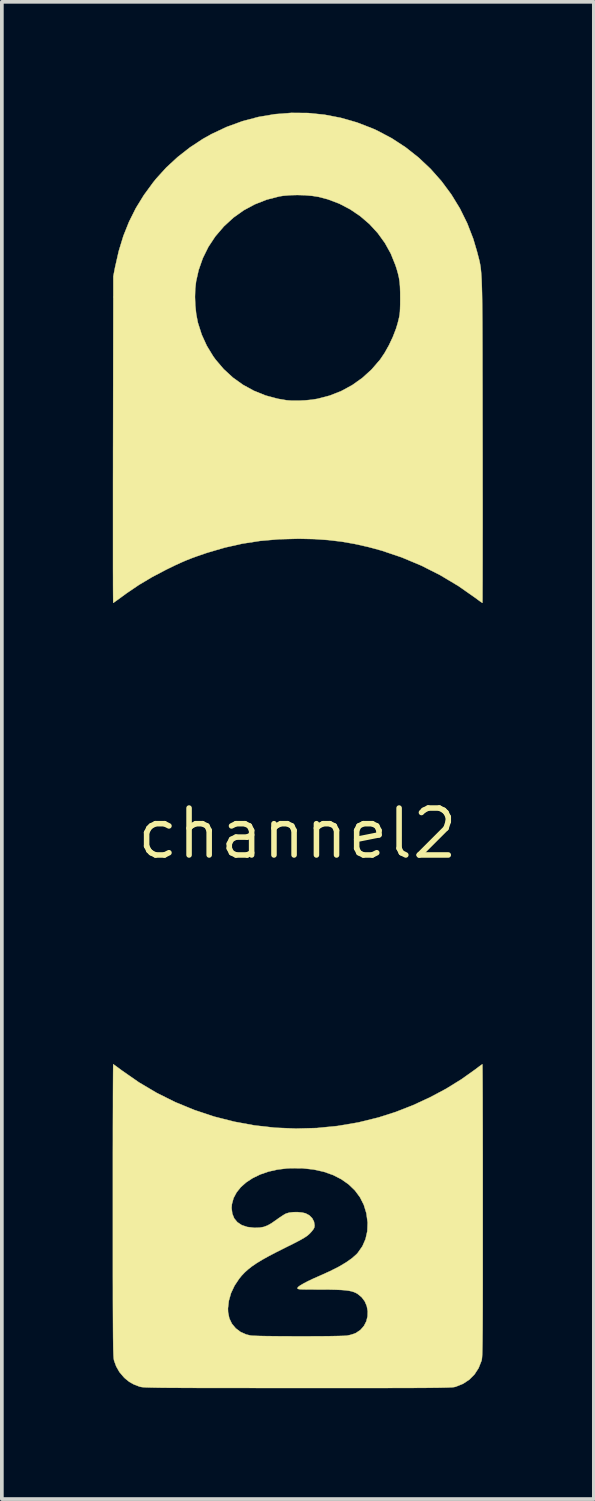
<source format=kicad_pcb>
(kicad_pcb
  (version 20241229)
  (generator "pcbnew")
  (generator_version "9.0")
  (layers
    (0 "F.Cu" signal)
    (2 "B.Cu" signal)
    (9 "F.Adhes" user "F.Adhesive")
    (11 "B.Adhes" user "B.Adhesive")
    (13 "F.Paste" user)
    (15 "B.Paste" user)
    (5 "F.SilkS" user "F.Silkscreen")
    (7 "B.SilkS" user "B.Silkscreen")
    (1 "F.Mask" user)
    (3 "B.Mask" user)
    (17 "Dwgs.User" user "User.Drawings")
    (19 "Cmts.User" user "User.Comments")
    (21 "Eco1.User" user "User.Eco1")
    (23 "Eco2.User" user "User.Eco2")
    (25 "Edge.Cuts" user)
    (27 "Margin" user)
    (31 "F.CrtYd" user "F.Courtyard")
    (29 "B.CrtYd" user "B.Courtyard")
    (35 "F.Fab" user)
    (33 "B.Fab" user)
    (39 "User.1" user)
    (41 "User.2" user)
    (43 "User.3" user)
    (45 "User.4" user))
  (footprint "channel2"
    (layer "F.Cu")
    (at 5 19.51)
    (property "Reference" "channel2" (at 0 0 0) (layer "F.SilkS") (effects (font (size 1.27 1.27) (thickness 0.15))))
    (attr through_hole)
    (fp_poly (pts (xy 0.284 -19.501) (xy 0.731 -19.456) (xy 1.173 -19.371) (xy 1.61 -19.246) (xy 2.037 -19.081) (xy 2.154 -19.028) (xy 2.552 -18.818) (xy 2.927 -18.573) (xy 3.278 -18.296) (xy 3.603 -17.99) (xy 3.899 -17.656) (xy 4.165 -17.297) (xy 4.398 -16.916) (xy 4.596 -16.515) (xy 4.758 -16.097) (xy 4.858 -15.759) (xy 4.875 -15.695) (xy 4.89 -15.637) (xy 4.904 -15.584) (xy 4.917 -15.534) (xy 4.929 -15.484) (xy 4.939 -15.433) (xy 4.949 -15.38) (xy 4.958 -15.321) (xy 4.965 -15.256) (xy 4.972 -15.182) (xy 4.978 -15.099) (xy 4.984 -15.003) (xy 4.988 -14.893) (xy 4.992 -14.767) (xy 4.996 -14.624) (xy 4.999 -14.461) (xy 5.001 -14.277) (xy 5.003 -14.069) (xy 5.005 -13.837) (xy 5.006 -13.578) (xy 5.007 -13.29) (xy 5.008 -12.971) (xy 5.008 -12.62) (xy 5.009 -12.235) (xy 5.01 -11.814) (xy 5.01 -11.355) (xy 5.011 -10.857) (xy 5.011 -10.642) (xy 5.012 -10.213) (xy 5.012 -9.796) (xy 5.012 -9.393) (xy 5.013 -9.005) (xy 5.013 -8.634) (xy 5.013 -8.282) (xy 5.012 -7.952) (xy 5.012 -7.644) (xy 5.012 -7.362) (xy 5.011 -7.107) (xy 5.011 -6.881) (xy 5.01 -6.686) (xy 5.009 -6.524) (xy 5.009 -6.397) (xy 5.008 -6.307) (xy 5.007 -6.256) (xy 5.006 -6.244) (xy 4.985 -6.256) (xy 4.939 -6.288) (xy 4.874 -6.335) (xy 4.831 -6.368) (xy 4.361 -6.697) (xy 3.868 -6.992) (xy 3.355 -7.252) (xy 2.826 -7.474) (xy 2.284 -7.657) (xy 1.916 -7.757) (xy 1.546 -7.84) (xy 1.189 -7.902) (xy 0.831 -7.944) (xy 0.46 -7.97) (xy 0.063 -7.979) (xy 0.011 -7.979) (xy -0.511 -7.965) (xy -1.009 -7.921) (xy -1.493 -7.846) (xy -1.969 -7.739) (xy -2.446 -7.599) (xy -2.529 -7.571) (xy -2.712 -7.508) (xy -2.871 -7.45) (xy -3.017 -7.392) (xy -3.162 -7.329) (xy -3.317 -7.258) (xy -3.495 -7.171) (xy -3.556 -7.141) (xy -3.936 -6.941) (xy -4.287 -6.732) (xy -4.622 -6.505) (xy -4.726 -6.429) (xy -4.814 -6.364) (xy -4.891 -6.309) (xy -4.948 -6.268) (xy -4.981 -6.246) (xy -4.985 -6.244) (xy -4.986 -6.265) (xy -4.987 -6.326) (xy -4.988 -6.426) (xy -4.989 -6.562) (xy -4.99 -6.732) (xy -4.99 -6.936) (xy -4.991 -7.169) (xy -4.991 -7.431) (xy -4.991 -7.72) (xy -4.991 -8.034) (xy -4.991 -8.37) (xy -4.991 -8.727) (xy -4.991 -9.103) (xy -4.991 -9.496) (xy -4.99 -9.903) (xy -4.99 -10.324) (xy -4.989 -10.663) (xy -4.983 -14.522) (xy -2.773 -14.522) (xy -2.764 -14.29) (xy -2.74 -14.064) (xy -2.701 -13.858) (xy -2.693 -13.822) (xy -2.59 -13.501) (xy -2.454 -13.203) (xy -2.282 -12.92) (xy -2.214 -12.826) (xy -1.994 -12.568) (xy -1.746 -12.34) (xy -1.473 -12.145) (xy -1.177 -11.983) (xy -0.862 -11.856) (xy -0.529 -11.767) (xy -0.293 -11.727) (xy -0.144 -11.716) (xy 0.03 -11.716) (xy 0.215 -11.725) (xy 0.397 -11.743) (xy 0.545 -11.767) (xy 0.874 -11.853) (xy 1.188 -11.977) (xy 1.484 -12.138) (xy 1.759 -12.334) (xy 2.01 -12.563) (xy 2.233 -12.822) (xy 2.236 -12.825) (xy 2.359 -13.007) (xy 2.477 -13.217) (xy 2.582 -13.44) (xy 2.668 -13.662) (xy 2.713 -13.811) (xy 2.736 -13.902) (xy 2.754 -13.977) (xy 2.766 -14.047) (xy 2.774 -14.12) (xy 2.778 -14.206) (xy 2.781 -14.315) (xy 2.782 -14.455) (xy 2.782 -14.478) (xy 2.781 -14.656) (xy 2.776 -14.803) (xy 2.766 -14.928) (xy 2.748 -15.043) (xy 2.721 -15.159) (xy 2.685 -15.286) (xy 2.651 -15.388) (xy 2.527 -15.696) (xy 2.367 -15.984) (xy 2.174 -16.251) (xy 1.951 -16.494) (xy 1.701 -16.709) (xy 1.427 -16.895) (xy 1.132 -17.049) (xy 0.819 -17.167) (xy 0.572 -17.232) (xy 0.401 -17.259) (xy 0.206 -17.276) (xy -0.000155 -17.282) (xy -0.202 -17.277) (xy -0.387 -17.261) (xy -0.493 -17.244) (xy -0.834 -17.156) (xy -1.154 -17.03) (xy -1.453 -16.869) (xy -1.731 -16.671) (xy -1.987 -16.436) (xy -1.997 -16.425) (xy -2.223 -16.161) (xy -2.411 -15.877) (xy -2.561 -15.573) (xy -2.674 -15.251) (xy -2.743 -14.944) (xy -2.766 -14.745) (xy -2.773 -14.522) (xy -4.983 -14.522) (xy -4.983 -15.081) (xy -4.936 -15.325) (xy -4.836 -15.764) (xy -4.711 -16.174) (xy -4.557 -16.559) (xy -4.374 -16.925) (xy -4.157 -17.278) (xy -3.904 -17.624) (xy -3.813 -17.736) (xy -3.544 -18.031) (xy -3.241 -18.31) (xy -2.912 -18.568) (xy -2.563 -18.798) (xy -2.328 -18.93) (xy -1.914 -19.125) (xy -1.488 -19.28) (xy -1.053 -19.395) (xy -0.61 -19.47) (xy -0.164 -19.505) (xy 0.284 -19.501)) (stroke (width 0.01) (type solid)) (fill yes) (layer "F.SilkS"))
    (fp_poly (pts (xy 5.007 6.265) (xy 5.008 6.326) (xy 5.009 6.425) (xy 5.01 6.561) (xy 5.011 6.73) (xy 5.012 6.932) (xy 5.013 7.163) (xy 5.013 7.422) (xy 5.014 7.707) (xy 5.015 8.015) (xy 5.015 8.345) (xy 5.016 8.695) (xy 5.016 9.062) (xy 5.016 9.445) (xy 5.016 9.84) (xy 5.016 10.198) (xy 5.016 10.682) (xy 5.016 11.126) (xy 5.016 11.531) (xy 5.016 11.898) (xy 5.016 12.231) (xy 5.015 12.531) (xy 5.015 12.799) (xy 5.014 13.037) (xy 5.013 13.248) (xy 5.012 13.432) (xy 5.01 13.593) (xy 5.009 13.731) (xy 5.007 13.848) (xy 5.005 13.947) (xy 5.003 14.028) (xy 5.001 14.095) (xy 4.998 14.148) (xy 4.995 14.19) (xy 4.991 14.222) (xy 4.988 14.246) (xy 4.983 14.264) (xy 4.982 14.268) (xy 4.903 14.467) (xy 4.792 14.638) (xy 4.651 14.78) (xy 4.481 14.892) (xy 4.284 14.971) (xy 4.277 14.973) (xy 4.26 14.977) (xy 4.238 14.981) (xy 4.208 14.985) (xy 4.169 14.988) (xy 4.118 14.99) (xy 4.055 14.993) (xy 3.977 14.995) (xy 3.882 14.997) (xy 3.769 14.999) (xy 3.637 15) (xy 3.483 15.002) (xy 3.305 15.003) (xy 3.102 15.004) (xy 2.872 15.004) (xy 2.613 15.005) (xy 2.324 15.006) (xy 2.003 15.006) (xy 1.647 15.006) (xy 1.256 15.006) (xy 0.827 15.006) (xy 0.359 15.006) (xy 0.001 15.006) (xy -0.493 15.006) (xy -0.947 15.006) (xy -1.362 15.005) (xy -1.74 15.005) (xy -2.083 15.005) (xy -2.393 15.004) (xy -2.671 15.004) (xy -2.919 15.003) (xy -3.139 15.002) (xy -3.333 15.001) (xy -3.503 15) (xy -3.649 14.999) (xy -3.775 14.997) (xy -3.882 14.995) (xy -3.971 14.993) (xy -4.045 14.991) (xy -4.105 14.989) (xy -4.154 14.986) (xy -4.192 14.983) (xy -4.221 14.979) (xy -4.244 14.975) (xy -4.262 14.971) (xy -4.276 14.967) (xy -4.427 14.909) (xy -4.553 14.838) (xy -4.668 14.745) (xy -4.701 14.712) (xy -4.818 14.574) (xy -4.905 14.421) (xy -4.961 14.268) (xy -4.965 14.251) (xy -4.969 14.228) (xy -4.973 14.198) (xy -4.976 14.159) (xy -4.979 14.109) (xy -4.981 14.046) (xy -4.984 13.968) (xy -4.986 13.874) (xy -4.987 13.761) (xy -4.989 13.628) (xy -4.99 13.474) (xy -4.991 13.295) (xy -4.992 13.091) (xy -4.993 12.86) (xy -4.993 12.853) (xy -1.881 12.853) (xy -1.877 12.956) (xy -1.844 13.12) (xy -1.774 13.266) (xy -1.671 13.39) (xy -1.54 13.489) (xy -1.384 13.558) (xy -1.267 13.586) (xy -1.22 13.591) (xy -1.135 13.594) (xy -1.017 13.598) (xy -0.872 13.601) (xy -0.703 13.603) (xy -0.517 13.605) (xy -0.318 13.606) (xy -0.11 13.607) (xy 0.101 13.607) (xy 0.311 13.607) (xy 0.514 13.606) (xy 0.706 13.605) (xy 0.882 13.603) (xy 1.037 13.6) (xy 1.166 13.597) (xy 1.265 13.594) (xy 1.328 13.59) (xy 1.34 13.589) (xy 1.433 13.569) (xy 1.527 13.54) (xy 1.586 13.516) (xy 1.708 13.432) (xy 1.801 13.325) (xy 1.865 13.2) (xy 1.898 13.065) (xy 1.902 12.925) (xy 1.877 12.788) (xy 1.822 12.66) (xy 1.737 12.547) (xy 1.623 12.455) (xy 1.585 12.434) (xy 1.528 12.409) (xy 1.465 12.389) (xy 1.388 12.373) (xy 1.295 12.361) (xy 1.179 12.352) (xy 1.037 12.346) (xy 0.863 12.342) (xy 0.653 12.341) (xy 0.587 12.341) (xy 0.414 12.34) (xy 0.279 12.34) (xy 0.177 12.338) (xy 0.103 12.336) (xy 0.053 12.332) (xy 0.022 12.326) (xy 0.007 12.318) (xy 0.001 12.309) (xy 0 12.302) (xy 0.019 12.272) (xy 0.076 12.23) (xy 0.167 12.177) (xy 0.289 12.113) (xy 0.439 12.042) (xy 0.603 11.97) (xy 0.88 11.845) (xy 1.116 11.726) (xy 1.312 11.61) (xy 1.472 11.498) (xy 1.596 11.389) (xy 1.635 11.346) (xy 1.758 11.17) (xy 1.843 10.976) (xy 1.891 10.764) (xy 1.9 10.535) (xy 1.899 10.52) (xy 1.866 10.276) (xy 1.797 10.05) (xy 1.693 9.844) (xy 1.556 9.659) (xy 1.387 9.496) (xy 1.19 9.357) (xy 0.965 9.242) (xy 0.715 9.154) (xy 0.441 9.093) (xy 0.145 9.06) (xy -0.171 9.057) (xy -0.287 9.063) (xy -0.545 9.095) (xy -0.787 9.15) (xy -1.009 9.227) (xy -1.209 9.324) (xy -1.385 9.439) (xy -1.532 9.569) (xy -1.647 9.712) (xy -1.729 9.866) (xy -1.774 10.03) (xy -1.782 10.135) (xy -1.763 10.288) (xy -1.711 10.416) (xy -1.625 10.519) (xy -1.508 10.597) (xy -1.36 10.647) (xy -1.182 10.669) (xy -1.138 10.67) (xy -1.017 10.665) (xy -0.912 10.646) (xy -0.812 10.609) (xy -0.705 10.549) (xy -0.583 10.464) (xy -0.496 10.402) (xy -0.412 10.346) (xy -0.343 10.303) (xy -0.308 10.285) (xy -0.223 10.26) (xy -0.113 10.247) (xy 0.009 10.246) (xy 0.125 10.257) (xy 0.218 10.278) (xy 0.32 10.332) (xy 0.399 10.41) (xy 0.448 10.504) (xy 0.464 10.607) (xy 0.456 10.663) (xy 0.434 10.706) (xy 0.389 10.765) (xy 0.332 10.827) (xy 0.33 10.829) (xy 0.291 10.864) (xy 0.245 10.9) (xy 0.186 10.938) (xy 0.111 10.982) (xy 0.015 11.034) (xy -0.109 11.098) (xy -0.264 11.175) (xy -0.34 11.213) (xy -0.579 11.333) (xy -0.783 11.44) (xy -0.957 11.537) (xy -1.103 11.626) (xy -1.228 11.711) (xy -1.335 11.795) (xy -1.428 11.879) (xy -1.512 11.968) (xy -1.577 12.048) (xy -1.703 12.237) (xy -1.798 12.439) (xy -1.857 12.647) (xy -1.881 12.853) (xy -4.993 12.853) (xy -4.994 12.599) (xy -4.994 12.308) (xy -4.995 11.983) (xy -4.995 11.624) (xy -4.995 11.228) (xy -4.995 10.795) (xy -4.995 10.321) (xy -4.995 10.198) (xy -4.995 9.793) (xy -4.995 9.398) (xy -4.995 9.018) (xy -4.995 8.652) (xy -4.994 8.305) (xy -4.994 7.977) (xy -4.993 7.672) (xy -4.992 7.39) (xy -4.992 7.134) (xy -4.991 6.906) (xy -4.99 6.708) (xy -4.989 6.543) (xy -4.988 6.412) (xy -4.987 6.317) (xy -4.986 6.26) (xy -4.985 6.244) (xy -4.966 6.256) (xy -4.919 6.289) (xy -4.852 6.338) (xy -4.77 6.399) (xy -4.753 6.412) (xy -4.29 6.734) (xy -3.807 7.02) (xy -3.305 7.27) (xy -2.787 7.483) (xy -2.255 7.66) (xy -1.712 7.798) (xy -1.161 7.899) (xy -0.602 7.962) (xy -0.04 7.985) (xy 0.524 7.97) (xy 1.087 7.914) (xy 1.647 7.819) (xy 2.195 7.684) (xy 2.661 7.535) (xy 3.126 7.353) (xy 3.583 7.142) (xy 4.024 6.907) (xy 4.44 6.65) (xy 4.825 6.376) (xy 4.863 6.347) (xy 4.926 6.299) (xy 4.976 6.263) (xy 5.003 6.245) (xy 5.005 6.244) (xy 5.007 6.265)) (stroke (width 0.01) (type solid)) (fill yes) (layer "F.SilkS")))
  (gr_rect
    (start -3 -3)
    (end 13.022 37.522)
    (stroke (width 0.1) (type default))
    (fill no)
    (layer "Edge.Cuts")))
</source>
